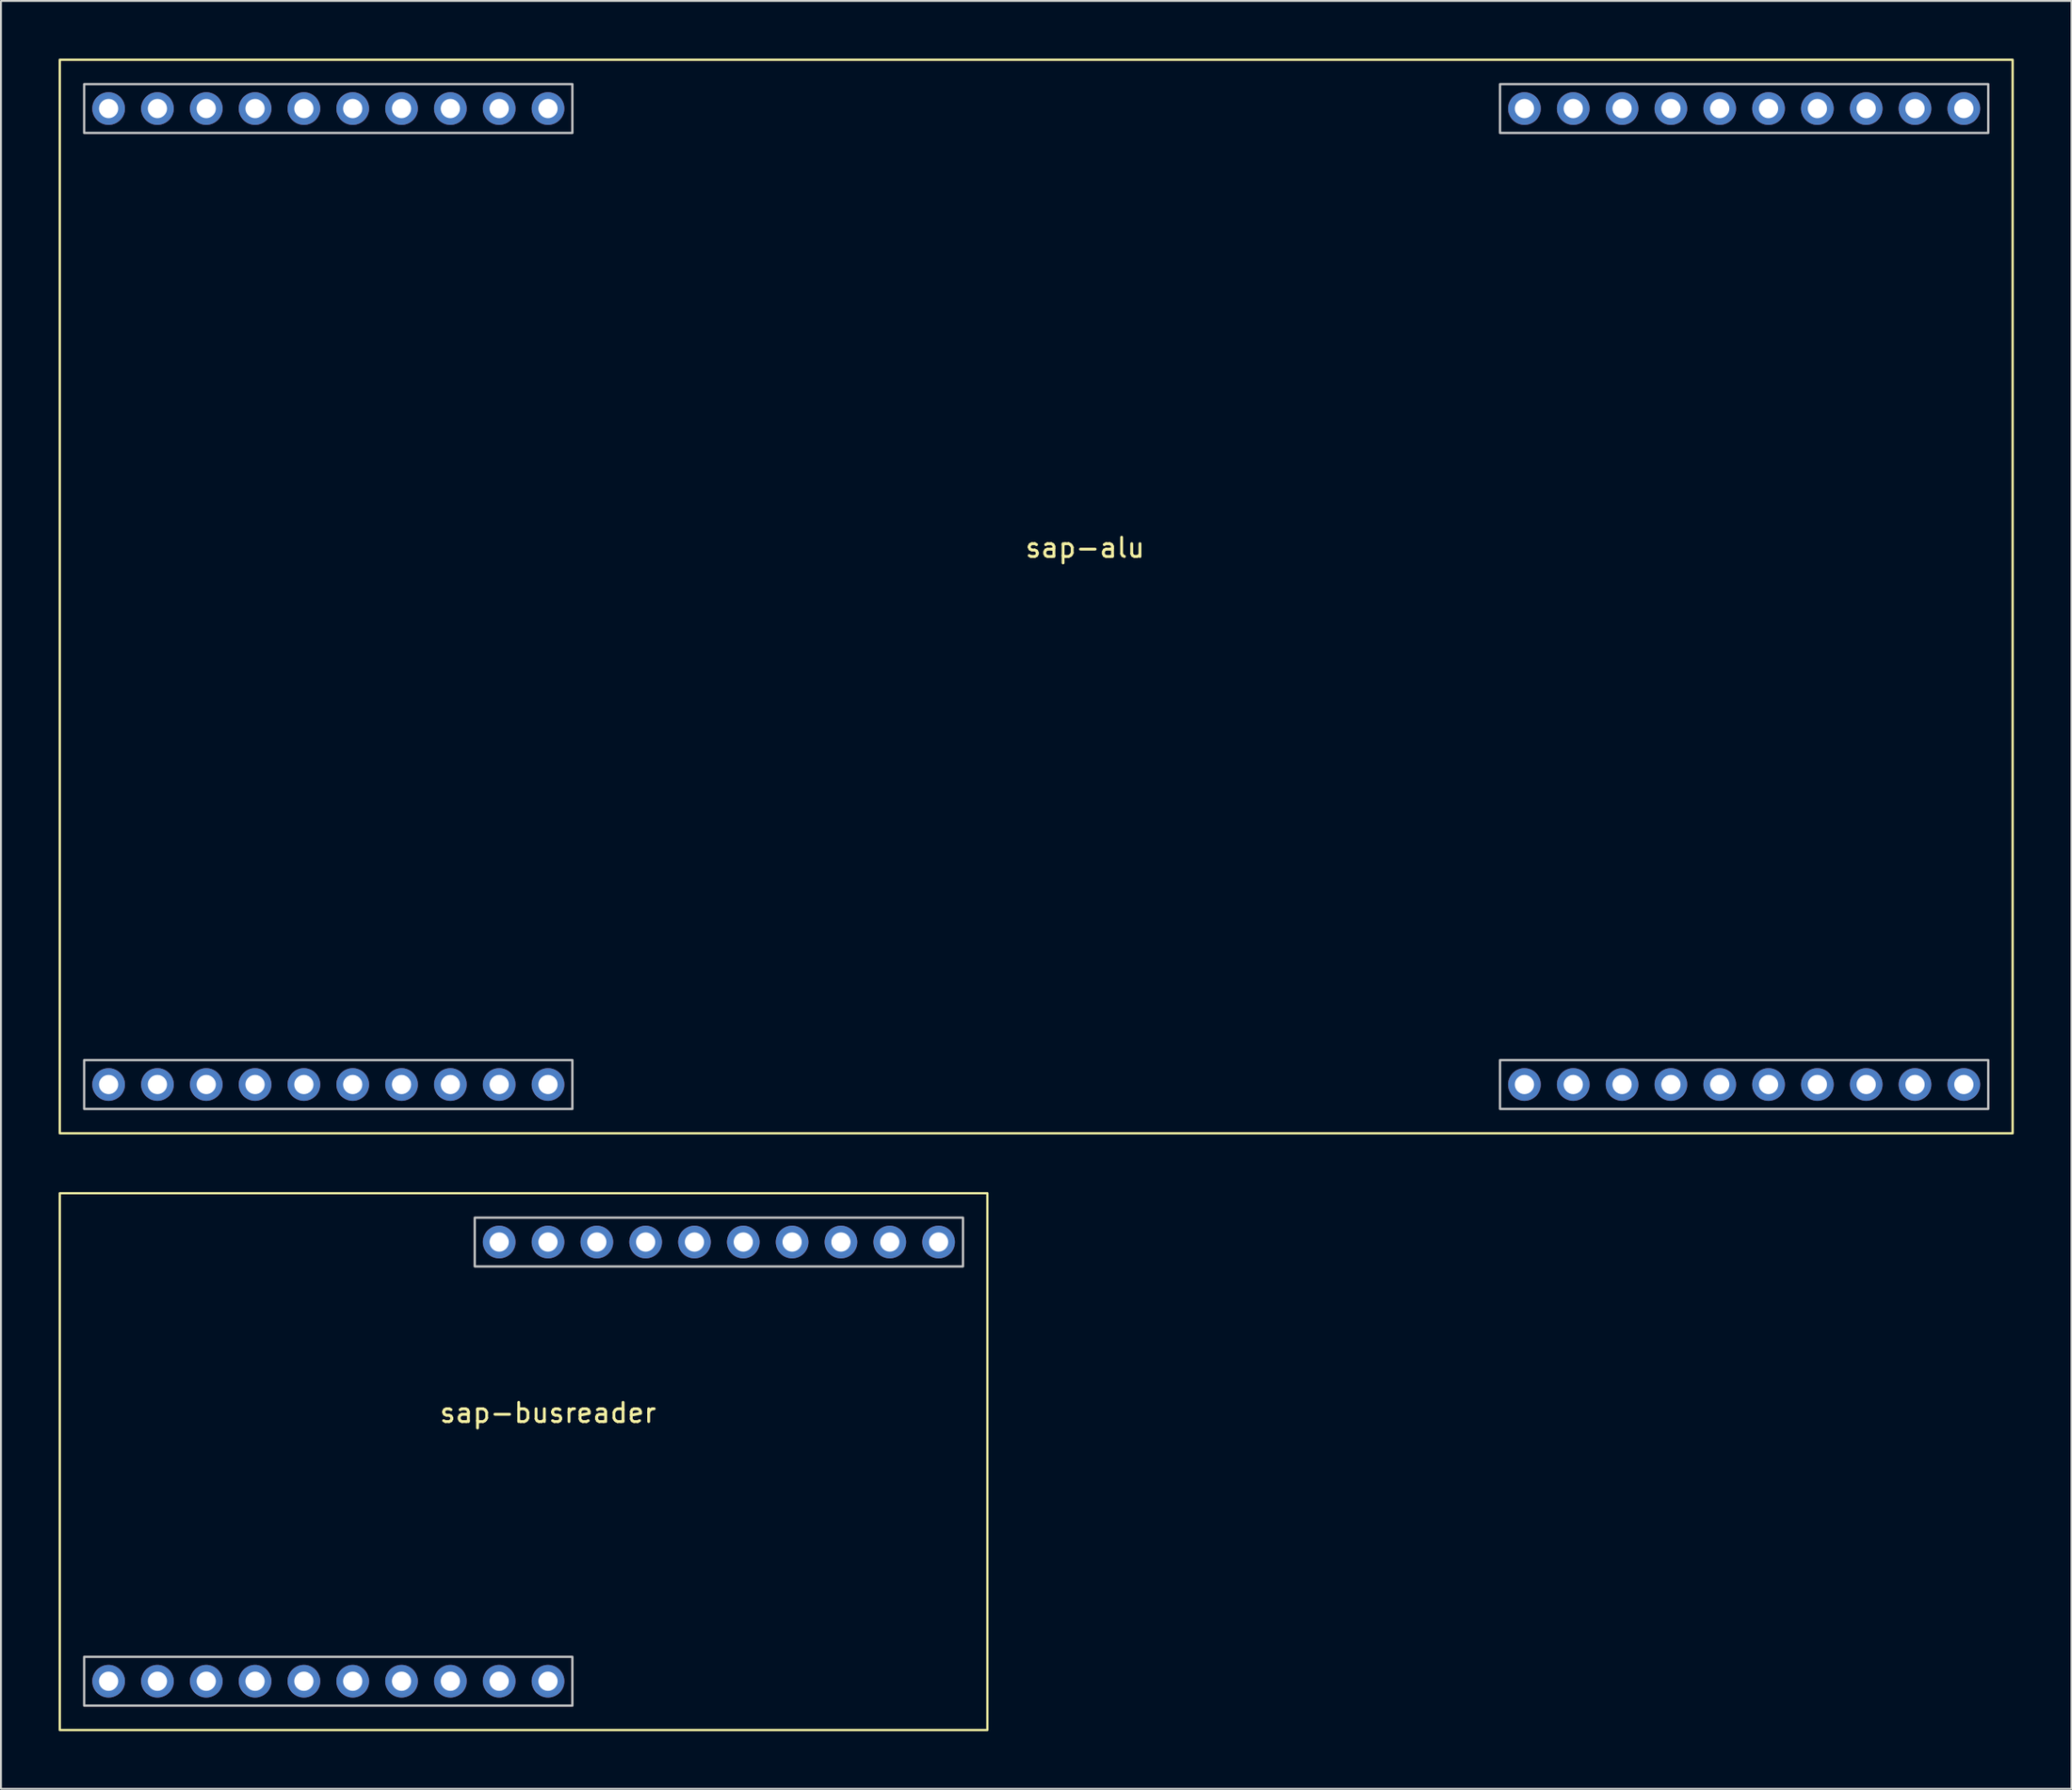
<source format=kicad_pcb>
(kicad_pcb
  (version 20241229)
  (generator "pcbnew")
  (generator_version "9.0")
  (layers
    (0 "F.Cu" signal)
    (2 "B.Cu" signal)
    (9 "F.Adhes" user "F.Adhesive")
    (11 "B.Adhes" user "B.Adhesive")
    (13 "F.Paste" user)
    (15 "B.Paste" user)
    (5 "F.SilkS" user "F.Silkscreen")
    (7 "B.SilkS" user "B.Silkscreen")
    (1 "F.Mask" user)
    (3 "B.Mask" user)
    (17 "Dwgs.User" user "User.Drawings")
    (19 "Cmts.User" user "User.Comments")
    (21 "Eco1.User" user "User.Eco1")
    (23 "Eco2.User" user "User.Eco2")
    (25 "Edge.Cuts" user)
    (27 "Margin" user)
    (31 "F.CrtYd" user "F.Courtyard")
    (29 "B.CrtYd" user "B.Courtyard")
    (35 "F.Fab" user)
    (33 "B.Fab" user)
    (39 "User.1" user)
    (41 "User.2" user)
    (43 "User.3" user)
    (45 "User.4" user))
  (footprint "sap-busreader"
    (layer "F.Cu")
    (at 24.19 73.03)
    (property "Reference" "sap-busreader" (at 1.27 -2.54 0) (unlocked yes) (layer "F.SilkS") (effects (font (size 1 1) (thickness 0.15))))
    (attr through_hole)
    (fp_rect (start -24.13 -13.97) (end 24.13 13.97) (stroke (width 0.12) (type solid)) (fill no) (layer "F.SilkS"))
    (fp_rect (start -22.86 12.7) (end 2.54 10.16) (stroke (width 0.12) (type solid)) (fill no) (layer "Dwgs.User"))
    (fp_rect (start -2.54 -12.7) (end 22.86 -10.16) (stroke (width 0.12) (type solid)) (fill no) (layer "Dwgs.User"))
    (pad "" thru_hole circle (at -19.05 11.43) (size 1.7 1.7) (drill 1) (layers "*.Cu" "*.Mask"))
    (pad "" thru_hole circle (at -16.51 11.43) (size 1.7 1.7) (drill 1) (layers "*.Cu" "*.Mask"))
    (pad "" thru_hole circle (at -13.97 11.43) (size 1.7 1.7) (drill 1) (layers "*.Cu" "*.Mask"))
    (pad "" thru_hole circle (at -11.43 11.43) (size 1.7 1.7) (drill 1) (layers "*.Cu" "*.Mask"))
    (pad "" thru_hole circle (at -8.89 11.43) (size 1.7 1.7) (drill 1) (layers "*.Cu" "*.Mask"))
    (pad "" thru_hole circle (at -6.35 11.43) (size 1.7 1.7) (drill 1) (layers "*.Cu" "*.Mask"))
    (pad "" thru_hole circle (at -3.81 11.43) (size 1.7 1.7) (drill 1) (layers "*.Cu" "*.Mask"))
    (pad "" thru_hole circle (at -1.27 11.43) (size 1.7 1.7) (drill 1) (layers "*.Cu" "*.Mask"))
    (pad "1" thru_hole circle (at 19.05 -11.43) (size 1.7 1.7) (drill 1) (layers "*.Cu" "*.Mask"))
    (pad "2" thru_hole circle (at 16.51 -11.43) (size 1.7 1.7) (drill 1) (layers "*.Cu" "*.Mask"))
    (pad "3" thru_hole circle (at 13.97 -11.43) (size 1.7 1.7) (drill 1) (layers "*.Cu" "*.Mask"))
    (pad "4" thru_hole circle (at 11.43 -11.43) (size 1.7 1.7) (drill 1) (layers "*.Cu" "*.Mask"))
    (pad "5" thru_hole circle (at 8.89 -11.43) (size 1.7 1.7) (drill 1) (layers "*.Cu" "*.Mask"))
    (pad "6" thru_hole circle (at 6.35 -11.43) (size 1.7 1.7) (drill 1) (layers "*.Cu" "*.Mask"))
    (pad "7" thru_hole circle (at 3.81 -11.43) (size 1.7 1.7) (drill 1) (layers "*.Cu" "*.Mask"))
    (pad "8" thru_hole circle (at 1.27 -11.43) (size 1.7 1.7) (drill 1) (layers "*.Cu" "*.Mask"))
    (pad "9" thru_hole circle (at -21.59 11.43) (size 1.7 1.7) (drill 1) (layers "*.Cu" "*.Mask"))
    (pad "9" thru_hole circle (at -1.27 -11.43) (size 1.7 1.7) (drill 1) (layers "*.Cu" "*.Mask"))
    (pad "10" thru_hole circle (at 1.27 11.43) (size 1.7 1.7) (drill 1) (layers "*.Cu" "*.Mask"))
    (pad "10" thru_hole circle (at 21.59 -11.43) (size 1.7 1.7) (drill 1) (layers "*.Cu" "*.Mask")))
  (footprint "sap-alu"
    (layer "F.Cu")
    (at 53.4 15.3)
    (property "Reference" "sap-alu" (at 0 10.16 0) (unlocked yes) (layer "F.SilkS") (effects (font (size 1 1) (thickness 0.15))))
    (attr through_hole)
    (fp_rect (start -53.34 -15.24) (end 48.26 40.64) (stroke (width 0.12) (type solid)) (fill no) (layer "F.SilkS"))
    (fp_rect (start -52.07 -13.97) (end -26.67 -11.43) (stroke (width 0.12) (type solid)) (fill no) (layer "Dwgs.User"))
    (fp_rect (start -52.07 36.83) (end -26.67 39.37) (stroke (width 0.12) (type solid)) (fill no) (layer "Dwgs.User"))
    (fp_rect (start 21.59 -13.97) (end 46.99 -11.43) (stroke (width 0.12) (type solid)) (fill no) (layer "Dwgs.User"))
    (fp_rect (start 21.59 39.37) (end 46.99 36.83) (stroke (width 0.12) (type solid)) (fill no) (layer "Dwgs.User"))
    (pad "" thru_hole circle (at 43.18 38.1) (size 1.7 1.7) (drill 1) (layers "*.Cu" "*.Mask"))
    (pad "1" thru_hole circle (at 43.18 -12.7) (size 1.7 1.7) (drill 1) (layers "*.Cu" "*.Mask"))
    (pad "2" thru_hole circle (at 40.64 -12.7) (size 1.7 1.7) (drill 1) (layers "*.Cu" "*.Mask"))
    (pad "3" thru_hole circle (at 38.1 -12.7) (size 1.7 1.7) (drill 1) (layers "*.Cu" "*.Mask"))
    (pad "4" thru_hole circle (at 35.56 -12.7) (size 1.7 1.7) (drill 1) (layers "*.Cu" "*.Mask"))
    (pad "5" thru_hole circle (at 33.02 -12.7) (size 1.7 1.7) (drill 1) (layers "*.Cu" "*.Mask"))
    (pad "6" thru_hole circle (at 30.48 -12.7) (size 1.7 1.7) (drill 1) (layers "*.Cu" "*.Mask"))
    (pad "7" thru_hole circle (at 27.94 -12.7) (size 1.7 1.7) (drill 1) (layers "*.Cu" "*.Mask"))
    (pad "8" thru_hole circle (at 25.4 -12.7) (size 1.7 1.7) (drill 1) (layers "*.Cu" "*.Mask"))
    (pad "9" thru_hole circle (at -30.48 -12.7) (size 1.7 1.7) (drill 1) (layers "*.Cu" "*.Mask"))
    (pad "10" thru_hole circle (at -33.02 -12.7) (size 1.7 1.7) (drill 1) (layers "*.Cu" "*.Mask"))
    (pad "11" thru_hole circle (at -35.56 -12.7) (size 1.7 1.7) (drill 1) (layers "*.Cu" "*.Mask"))
    (pad "12" thru_hole circle (at -38.1 -12.7) (size 1.7 1.7) (drill 1) (layers "*.Cu" "*.Mask"))
    (pad "13" thru_hole circle (at -40.64 -12.7) (size 1.7 1.7) (drill 1) (layers "*.Cu" "*.Mask"))
    (pad "14" thru_hole circle (at -43.18 -12.7) (size 1.7 1.7) (drill 1) (layers "*.Cu" "*.Mask"))
    (pad "15" thru_hole circle (at -45.72 -12.7) (size 1.7 1.7) (drill 1) (layers "*.Cu" "*.Mask"))
    (pad "16" thru_hole circle (at -48.26 -12.7) (size 1.7 1.7) (drill 1) (layers "*.Cu" "*.Mask"))
    (pad "17" thru_hole circle (at -30.48 38.1) (size 1.7 1.7) (drill 1) (layers "*.Cu" "*.Mask"))
    (pad "18" thru_hole circle (at -33.02 38.1) (size 1.7 1.7) (drill 1) (layers "*.Cu" "*.Mask"))
    (pad "19" thru_hole circle (at -35.56 38.1) (size 1.7 1.7) (drill 1) (layers "*.Cu" "*.Mask"))
    (pad "20" thru_hole circle (at -38.1 38.1) (size 1.7 1.7) (drill 1) (layers "*.Cu" "*.Mask"))
    (pad "21" thru_hole circle (at -40.64 38.1) (size 1.7 1.7) (drill 1) (layers "*.Cu" "*.Mask"))
    (pad "22" thru_hole circle (at -43.18 38.1) (size 1.7 1.7) (drill 1) (layers "*.Cu" "*.Mask"))
    (pad "23" thru_hole circle (at -45.72 38.1) (size 1.7 1.7) (drill 1) (layers "*.Cu" "*.Mask"))
    (pad "24" thru_hole circle (at -48.26 38.1) (size 1.7 1.7) (drill 1) (layers "*.Cu" "*.Mask"))
    (pad "25" thru_hole circle (at -27.94 -12.7) (size 1.7 1.7) (drill 1) (layers "*.Cu" "*.Mask"))
    (pad "25" thru_hole circle (at -27.94 38.1) (size 1.7 1.7) (drill 1) (layers "*.Cu" "*.Mask"))
    (pad "25" thru_hole circle (at 22.86 38.1) (size 1.7 1.7) (drill 1) (layers "*.Cu" "*.Mask"))
    (pad "25" thru_hole circle (at 45.72 -12.7) (size 1.7 1.7) (drill 1) (layers "*.Cu" "*.Mask"))
    (pad "26" thru_hole circle (at 25.4 38.1) (size 1.7 1.7) (drill 1) (layers "*.Cu" "*.Mask"))
    (pad "27" thru_hole circle (at 27.94 38.1) (size 1.7 1.7) (drill 1) (layers "*.Cu" "*.Mask"))
    (pad "28" thru_hole circle (at 30.48 38.1) (size 1.7 1.7) (drill 1) (layers "*.Cu" "*.Mask"))
    (pad "29" thru_hole circle (at 33.02 38.1) (size 1.7 1.7) (drill 1) (layers "*.Cu" "*.Mask"))
    (pad "30" thru_hole circle (at 35.56 38.1) (size 1.7 1.7) (drill 1) (layers "*.Cu" "*.Mask"))
    (pad "31" thru_hole circle (at 38.1 38.1) (size 1.7 1.7) (drill 1) (layers "*.Cu" "*.Mask"))
    (pad "32" thru_hole circle (at 40.64 38.1) (size 1.7 1.7) (drill 1) (layers "*.Cu" "*.Mask"))
    (pad "33" thru_hole circle (at -50.8 -12.7) (size 1.7 1.7) (drill 1) (layers "*.Cu" "*.Mask"))
    (pad "33" thru_hole circle (at -50.8 38.1) (size 1.7 1.7) (drill 1) (layers "*.Cu" "*.Mask"))
    (pad "33" thru_hole circle (at 22.86 -12.7) (size 1.7 1.7) (drill 1) (layers "*.Cu" "*.Mask"))
    (pad "33" thru_hole circle (at 45.72 38.1) (size 1.7 1.7) (drill 1) (layers "*.Cu" "*.Mask")))
  (gr_rect
    (start -3 -3)
    (end 104.72 90.06)
    (stroke (width 0.1) (type default))
    (fill no)
    (layer "Edge.Cuts")))
</source>
